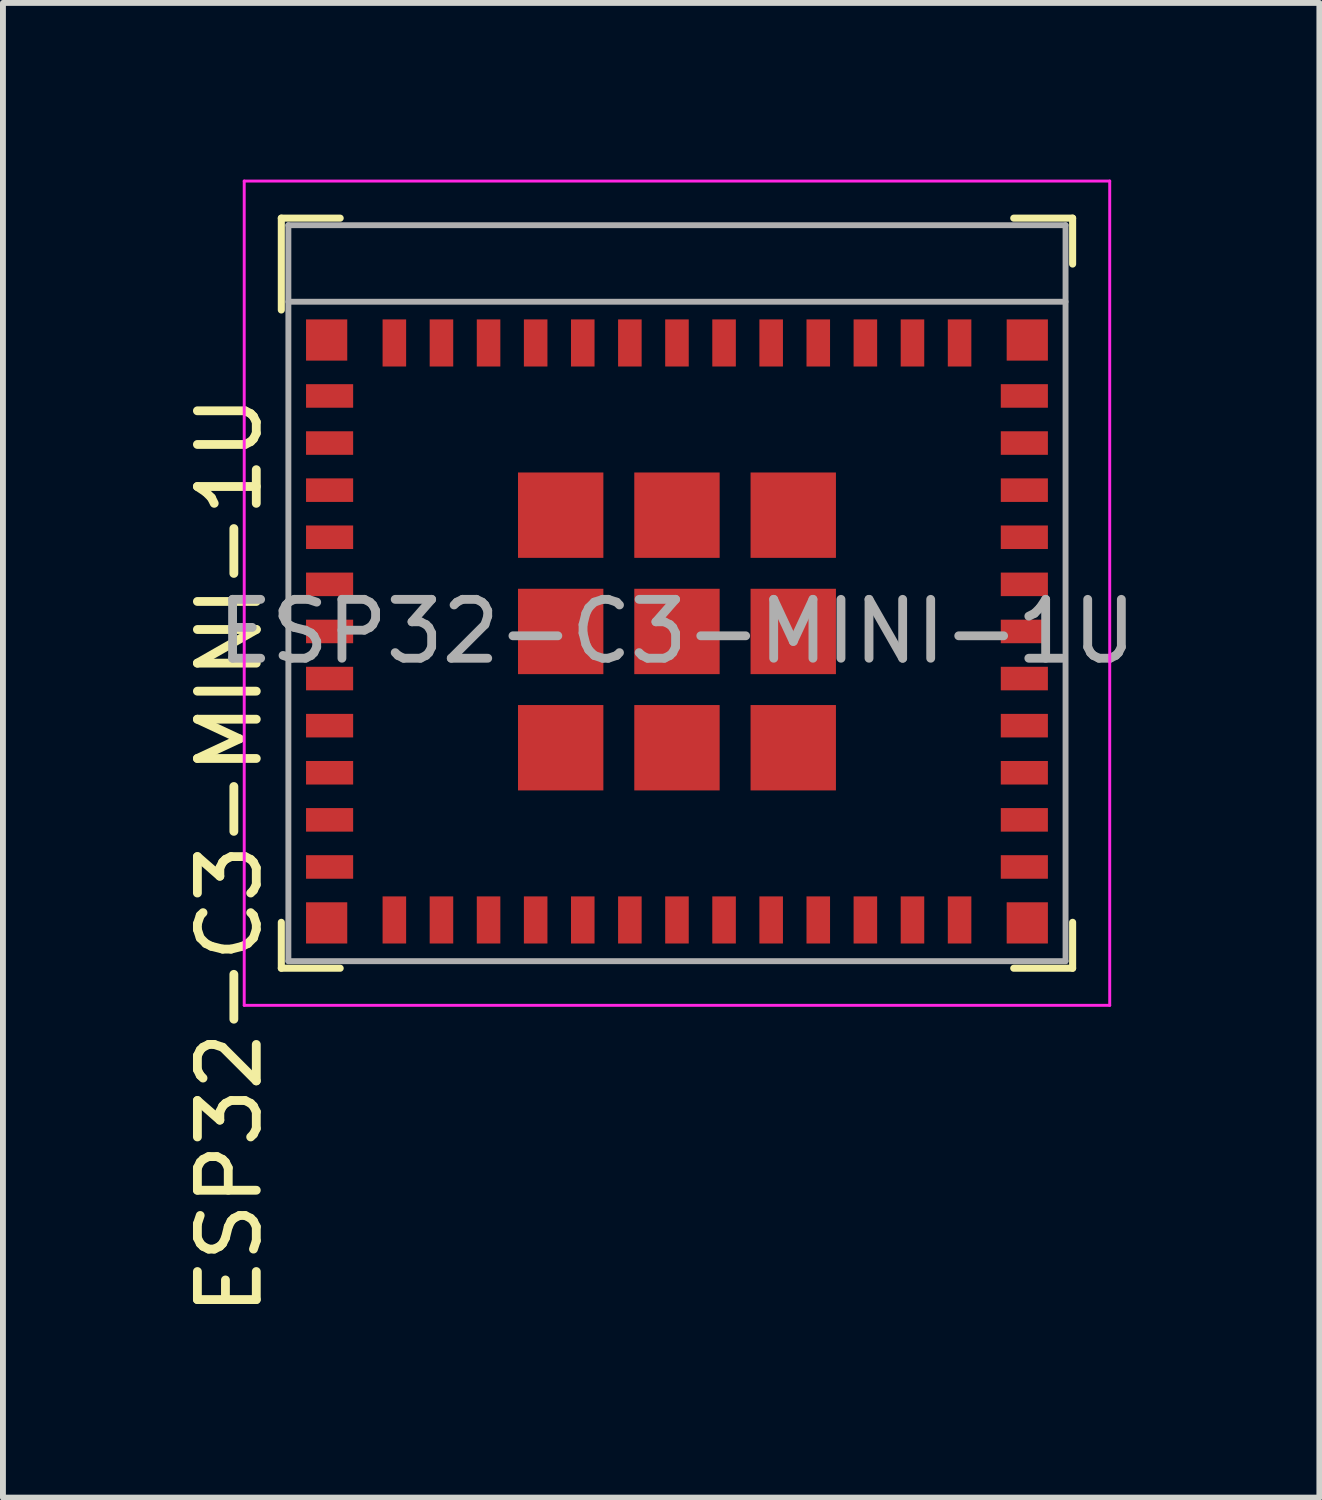
<source format=kicad_pcb>
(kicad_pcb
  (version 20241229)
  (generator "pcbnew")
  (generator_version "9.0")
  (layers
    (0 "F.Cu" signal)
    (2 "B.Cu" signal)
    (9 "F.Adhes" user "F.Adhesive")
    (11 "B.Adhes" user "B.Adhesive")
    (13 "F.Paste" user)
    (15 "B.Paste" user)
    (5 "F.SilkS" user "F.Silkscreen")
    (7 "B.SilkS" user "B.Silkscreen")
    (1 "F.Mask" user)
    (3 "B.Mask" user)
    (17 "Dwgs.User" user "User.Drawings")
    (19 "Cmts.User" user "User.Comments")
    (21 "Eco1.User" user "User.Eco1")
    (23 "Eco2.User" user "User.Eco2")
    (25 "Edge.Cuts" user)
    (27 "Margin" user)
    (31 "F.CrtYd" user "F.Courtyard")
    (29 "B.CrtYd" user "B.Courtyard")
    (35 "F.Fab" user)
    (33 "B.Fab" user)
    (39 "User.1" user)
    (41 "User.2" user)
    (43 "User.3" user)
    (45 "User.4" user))
  (footprint "ESP32-C3-MINI-1U"
    (layer "F.Cu")
    (at 8.448 7.675)
    (property "Reference" "ESP32-C3-MINI-1U" (at -7.6 3.8 90) (layer "F.SilkS") (effects (font (size 1 1) (thickness 0.15))))
    (attr smd)
    (fp_line (start -6.72 -7.02) (end -6.72 -5.46) (stroke (width 0.12) (type solid)) (layer "F.SilkS"))
    (fp_line (start -6.72 -7.02) (end -5.72 -7.02) (stroke (width 0.12) (type solid)) (layer "F.SilkS"))
    (fp_line (start -6.72 4.94) (end -6.72 5.72) (stroke (width 0.12) (type solid)) (layer "F.SilkS"))
    (fp_line (start -6.72 5.72) (end -5.72 5.72) (stroke (width 0.12) (type solid)) (layer "F.SilkS"))
    (fp_line (start 5.72 -7.02) (end 6.72 -7.02) (stroke (width 0.12) (type solid)) (layer "F.SilkS"))
    (fp_line (start 5.72 5.72) (end 6.72 5.72) (stroke (width 0.12) (type solid)) (layer "F.SilkS"))
    (fp_line (start 6.72 -7.02) (end 6.72 -6.24) (stroke (width 0.12) (type solid)) (layer "F.SilkS"))
    (fp_line (start 6.72 4.94) (end 6.72 5.72) (stroke (width 0.12) (type solid)) (layer "F.SilkS"))
    (fp_line (start -7.35 -7.65) (end 7.35 -7.65) (stroke (width 0.05) (type solid)) (layer "F.CrtYd"))
    (fp_line (start -7.35 6.35) (end -7.35 -7.65) (stroke (width 0.05) (type solid)) (layer "F.CrtYd"))
    (fp_line (start -7.35 6.35) (end 7.35 6.35) (stroke (width 0.05) (type solid)) (layer "F.CrtYd"))
    (fp_line (start 7.35 6.35) (end 7.35 -7.65) (stroke (width 0.05) (type solid)) (layer "F.CrtYd"))
    (fp_line (start -6.6 -6.9) (end 6.6 -6.9) (stroke (width 0.1) (type solid)) (layer "F.Fab"))
    (fp_line (start -6.6 -5.6) (end 6.6 -5.6) (stroke (width 0.1) (type solid)) (layer "F.Fab"))
    (fp_line (start -6.6 5.6) (end -6.6 -6.9) (stroke (width 0.1) (type solid)) (layer "F.Fab"))
    (fp_line (start -6.6 5.6) (end 6.6 5.6) (stroke (width 0.1) (type solid)) (layer "F.Fab"))
    (fp_line (start 6.6 5.6) (end 6.6 -6.9) (stroke (width 0.1) (type solid)) (layer "F.Fab"))
    (fp_text user "${REFERENCE}" (at 0 0 0) (layer "F.Fab") (effects (font (size 1 1) (thickness 0.15))))
    (pad "1" smd rect (at -5.9 -4) (size 0.8 0.4) (layers "F.Cu" "F.Mask" "F.Paste"))
    (pad "1" smd rect (at 0 0) (size 1.45 1.45) (layers "F.Cu" "F.Mask" "F.Paste"))
    (pad "2" smd rect (at -5.9 -3.2) (size 0.8 0.4) (layers "F.Cu" "F.Mask" "F.Paste"))
    (pad "3" smd rect (at -5.9 -2.4) (size 0.8 0.4) (layers "F.Cu" "F.Mask" "F.Paste"))
    (pad "4" smd rect (at -5.9 -1.6) (size 0.8 0.4) (layers "F.Cu" "F.Mask" "F.Paste"))
    (pad "5" smd rect (at -5.9 -0.8) (size 0.8 0.4) (layers "F.Cu" "F.Mask" "F.Paste"))
    (pad "6" smd rect (at -5.9 0) (size 0.8 0.4) (layers "F.Cu" "F.Mask" "F.Paste"))
    (pad "7" smd rect (at -5.9 0.8) (size 0.8 0.4) (layers "F.Cu" "F.Mask" "F.Paste"))
    (pad "8" smd rect (at -5.9 1.6) (size 0.8 0.4) (layers "F.Cu" "F.Mask" "F.Paste"))
    (pad "9" smd rect (at -5.9 2.4) (size 0.8 0.4) (layers "F.Cu" "F.Mask" "F.Paste"))
    (pad "10" smd rect (at -5.9 3.2) (size 0.8 0.4) (layers "F.Cu" "F.Mask" "F.Paste"))
    (pad "11" smd rect (at -5.9 4) (size 0.8 0.4) (layers "F.Cu" "F.Mask" "F.Paste"))
    (pad "12" smd rect (at -4.8 4.9) (size 0.4 0.8) (layers "F.Cu" "F.Mask" "F.Paste"))
    (pad "13" smd rect (at -4 4.9) (size 0.4 0.8) (layers "F.Cu" "F.Mask" "F.Paste"))
    (pad "14" smd rect (at -3.2 4.9) (size 0.4 0.8) (layers "F.Cu" "F.Mask" "F.Paste"))
    (pad "15" smd rect (at -2.4 4.9) (size 0.4 0.8) (layers "F.Cu" "F.Mask" "F.Paste"))
    (pad "16" smd rect (at -1.6 4.9) (size 0.4 0.8) (layers "F.Cu" "F.Mask" "F.Paste"))
    (pad "17" smd rect (at -0.8 4.9) (size 0.4 0.8) (layers "F.Cu" "F.Mask" "F.Paste"))
    (pad "18" smd rect (at 0 4.9) (size 0.4 0.8) (layers "F.Cu" "F.Mask" "F.Paste"))
    (pad "19" smd rect (at 0.8 4.9) (size 0.4 0.8) (layers "F.Cu" "F.Mask" "F.Paste"))
    (pad "20" smd rect (at 1.6 4.9) (size 0.4 0.8) (layers "F.Cu" "F.Mask" "F.Paste"))
    (pad "21" smd rect (at 2.4 4.9) (size 0.4 0.8) (layers "F.Cu" "F.Mask" "F.Paste"))
    (pad "22" smd rect (at 3.2 4.9) (size 0.4 0.8) (layers "F.Cu" "F.Mask" "F.Paste"))
    (pad "23" smd rect (at 4 4.9) (size 0.4 0.8) (layers "F.Cu" "F.Mask" "F.Paste"))
    (pad "24" smd rect (at 4.8 4.9) (size 0.4 0.8) (layers "F.Cu" "F.Mask" "F.Paste"))
    (pad "25" smd rect (at 5.9 4) (size 0.8 0.4) (layers "F.Cu" "F.Mask" "F.Paste"))
    (pad "26" smd rect (at 5.9 3.2) (size 0.8 0.4) (layers "F.Cu" "F.Mask" "F.Paste"))
    (pad "27" smd rect (at 5.9 2.4) (size 0.8 0.4) (layers "F.Cu" "F.Mask" "F.Paste"))
    (pad "28" smd rect (at 5.9 1.6) (size 0.8 0.4) (layers "F.Cu" "F.Mask" "F.Paste"))
    (pad "29" smd rect (at 5.9 0.8) (size 0.8 0.4) (layers "F.Cu" "F.Mask" "F.Paste"))
    (pad "30" smd rect (at 5.9 0) (size 0.8 0.4) (layers "F.Cu" "F.Mask" "F.Paste"))
    (pad "31" smd rect (at 5.9 -0.8) (size 0.8 0.4) (layers "F.Cu" "F.Mask" "F.Paste"))
    (pad "32" smd rect (at 5.9 -1.6) (size 0.8 0.4) (layers "F.Cu" "F.Mask" "F.Paste"))
    (pad "33" smd rect (at 5.9 -2.4) (size 0.8 0.4) (layers "F.Cu" "F.Mask" "F.Paste"))
    (pad "34" smd rect (at 5.9 -3.2) (size 0.8 0.4) (layers "F.Cu" "F.Mask" "F.Paste"))
    (pad "35" smd rect (at 5.9 -4) (size 0.8 0.4) (layers "F.Cu" "F.Mask" "F.Paste"))
    (pad "36" smd rect (at 4.8 -4.9) (size 0.4 0.8) (layers "F.Cu" "F.Mask" "F.Paste"))
    (pad "37" smd rect (at 4 -4.9) (size 0.4 0.8) (layers "F.Cu" "F.Mask" "F.Paste"))
    (pad "38" smd rect (at 3.2 -4.9) (size 0.4 0.8) (layers "F.Cu" "F.Mask" "F.Paste"))
    (pad "39" smd rect (at 2.4 -4.9) (size 0.4 0.8) (layers "F.Cu" "F.Mask" "F.Paste"))
    (pad "40" smd rect (at 1.6 -4.9) (size 0.4 0.8) (layers "F.Cu" "F.Mask" "F.Paste"))
    (pad "41" smd rect (at 0.8 -4.9) (size 0.4 0.8) (layers "F.Cu" "F.Mask" "F.Paste"))
    (pad "42" smd rect (at 0 -4.9) (size 0.4 0.8) (layers "F.Cu" "F.Mask" "F.Paste"))
    (pad "43" smd rect (at -0.8 -4.9) (size 0.4 0.8) (layers "F.Cu" "F.Mask" "F.Paste"))
    (pad "44" smd rect (at -1.6 -4.9) (size 0.4 0.8) (layers "F.Cu" "F.Mask" "F.Paste"))
    (pad "45" smd rect (at -2.4 -4.9) (size 0.4 0.8) (layers "F.Cu" "F.Mask" "F.Paste"))
    (pad "46" smd rect (at -3.2 -4.9) (size 0.4 0.8) (layers "F.Cu" "F.Mask" "F.Paste"))
    (pad "47" smd rect (at -4 -4.9) (size 0.4 0.8) (layers "F.Cu" "F.Mask" "F.Paste"))
    (pad "48" smd rect (at -4.8 -4.9) (size 0.4 0.8) (layers "F.Cu" "F.Mask" "F.Paste"))
    (pad "49" smd rect (at -1.975 -1.975) (size 1.45 1.45) (layers "F.Cu" "F.Mask" "F.Paste"))
    (pad "49" smd rect (at -1.975 0) (size 1.45 1.45) (layers "F.Cu" "F.Mask" "F.Paste"))
    (pad "49" smd rect (at -1.975 1.975) (size 1.45 1.45) (layers "F.Cu" "F.Mask" "F.Paste"))
    (pad "49" smd rect (at 0 -1.975) (size 1.45 1.45) (layers "F.Cu" "F.Mask" "F.Paste"))
    (pad "49" smd rect (at 0 1.975) (size 1.45 1.45) (layers "F.Cu" "F.Mask" "F.Paste"))
    (pad "49" smd rect (at 1.975 -1.975) (size 1.45 1.45) (layers "F.Cu" "F.Mask" "F.Paste"))
    (pad "49" smd rect (at 1.975 0) (size 1.45 1.45) (layers "F.Cu" "F.Mask" "F.Paste"))
    (pad "49" smd rect (at 1.975 1.975) (size 1.45 1.45) (layers "F.Cu" "F.Mask" "F.Paste"))
    (pad "50" smd rect (at 5.95 -4.95) (size 0.7 0.7) (layers "F.Cu" "F.Mask" "F.Paste"))
    (pad "51" smd rect (at 5.95 4.95) (size 0.7 0.7) (layers "F.Cu" "F.Mask" "F.Paste"))
    (pad "52" smd rect (at -5.95 4.95) (size 0.7 0.7) (layers "F.Cu" "F.Mask" "F.Paste"))
    (pad "53" smd rect (at -5.95 -4.95) (size 0.7 0.7) (layers "F.Cu" "F.Mask" "F.Paste")))
  (gr_rect
    (start -3 -3)
    (end 19.359 22.386)
    (stroke (width 0.1) (type default))
    (fill no)
    (layer "Edge.Cuts")))
</source>
